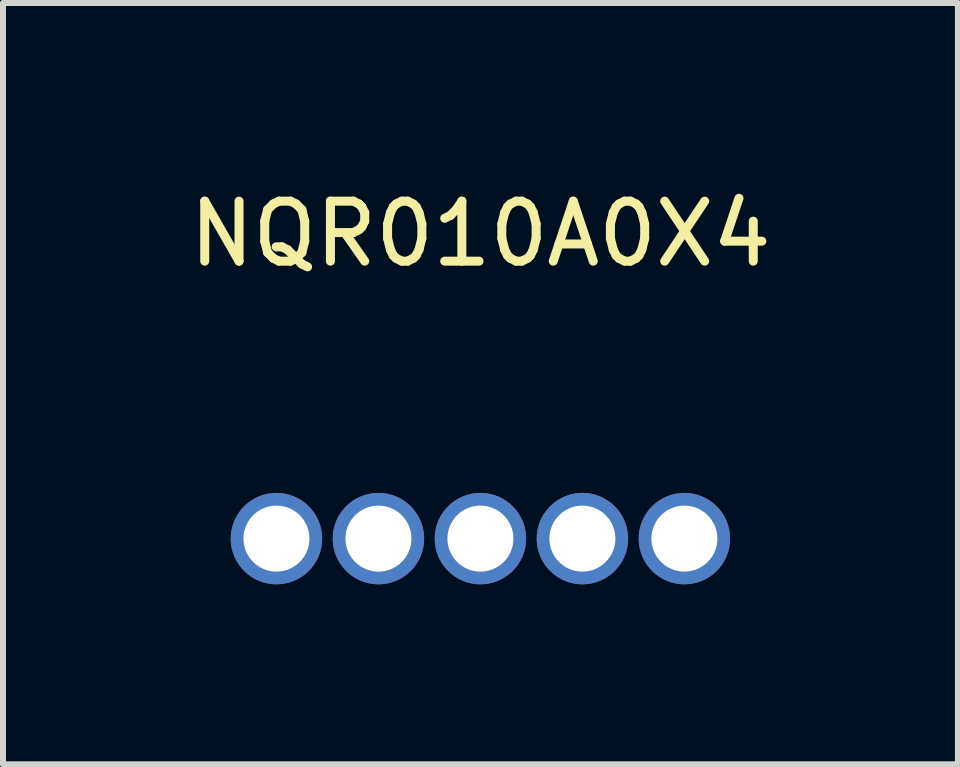
<source format=kicad_pcb>
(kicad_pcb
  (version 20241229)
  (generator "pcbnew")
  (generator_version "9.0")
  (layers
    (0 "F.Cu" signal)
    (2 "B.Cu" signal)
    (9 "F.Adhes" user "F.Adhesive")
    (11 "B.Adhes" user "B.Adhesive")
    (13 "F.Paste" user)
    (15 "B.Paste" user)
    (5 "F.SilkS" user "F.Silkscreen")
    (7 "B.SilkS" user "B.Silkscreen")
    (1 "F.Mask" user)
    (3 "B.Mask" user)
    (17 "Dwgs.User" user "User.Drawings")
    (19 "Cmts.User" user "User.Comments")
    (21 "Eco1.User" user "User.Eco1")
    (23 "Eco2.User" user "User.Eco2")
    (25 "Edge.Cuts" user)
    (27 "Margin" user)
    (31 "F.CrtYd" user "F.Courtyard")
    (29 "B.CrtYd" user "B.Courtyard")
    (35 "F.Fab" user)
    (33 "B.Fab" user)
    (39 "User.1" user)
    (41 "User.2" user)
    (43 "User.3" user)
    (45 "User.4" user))
  (footprint "NQR010A0X4"
    (layer "F.Cu")
    (at 4.958 5.928)
    (property "Reference" "NQR010A0X4" (at 0 -5.08 0) (layer "F.SilkS") (effects (font (size 1 1) (thickness 0.15))))
    (attr through_hole)
    (pad "1" thru_hole circle (at -3.4 0) (size 1.524 1.524) (drill 1.1) (layers "*.Cu" "*.Mask"))
    (pad "2" thru_hole circle (at -1.7 0) (size 1.524 1.524) (drill 1.1) (layers "*.Cu" "*.Mask"))
    (pad "3" thru_hole circle (at 0 0) (size 1.524 1.524) (drill 1.1) (layers "*.Cu" "*.Mask"))
    (pad "4" thru_hole circle (at 1.7 0) (size 1.524 1.524) (drill 1.1) (layers "*.Cu" "*.Mask"))
    (pad "5" thru_hole circle (at 3.4 0) (size 1.524 1.524) (drill 1.1) (layers "*.Cu" "*.Mask")))
  (gr_rect
    (start -3 -3)
    (end 12.917 9.69)
    (stroke (width 0.1) (type default))
    (fill no)
    (layer "Edge.Cuts")))
</source>
